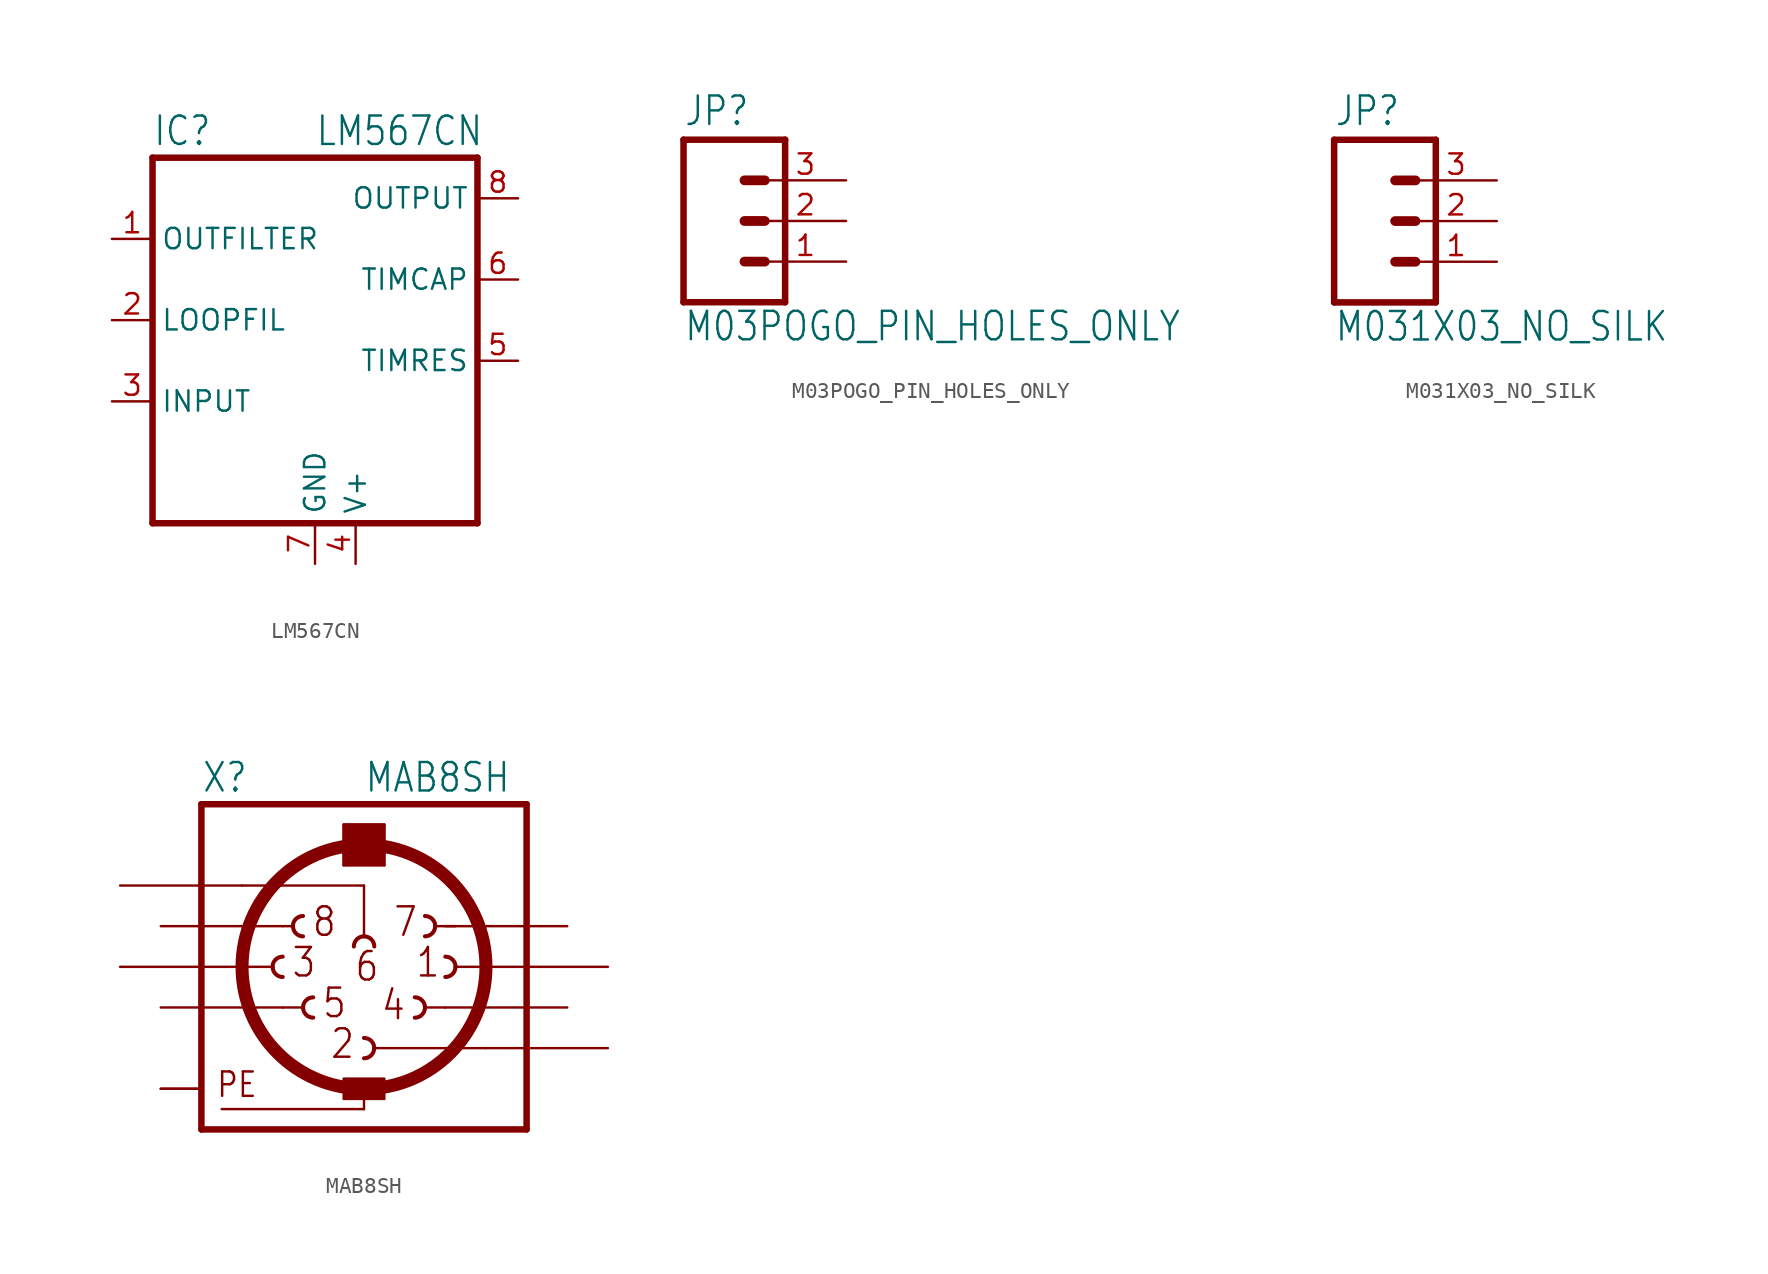
<source format=kicad_sym>
(kicad_symbol_lib
  (version 20211014)
  (generator kicad_symbol_editor)
  (symbol "LM567CN"
    (property "Reference" "IC"
      (at -10.16 15.875 0)
      (effects (font (size 1.778 1.511)) (justify left bottom)))
    (property "Value" "LM567CN"
      (at 0 15.875 0)
      (effects (font (size 1.778 1.511)) (justify left bottom)))
    (property "ki_locked" ""
      (at 0 0 0)
      (effects (font (size 1.27 1.27))))
    (symbol "LM567CN_1_0"
      (polyline (pts (xy -10.16 -7.62) (xy 10.16 -7.62)) (stroke (width 0.406) (type default) (color 0 0 0 0)) (fill (type none)))
      (polyline (pts (xy -10.16 15.24) (xy -10.16 -7.62)) (stroke (width 0.406) (type default) (color 0 0 0 0)) (fill (type none)))
      (polyline (pts (xy 10.16 -7.62) (xy 10.16 15.24)) (stroke (width 0.406) (type default) (color 0 0 0 0)) (fill (type none)))
      (polyline (pts (xy 10.16 15.24) (xy -10.16 15.24)) (stroke (width 0.406) (type default) (color 0 0 0 0)) (fill (type none)))
      (pin output line (at -12.7 10.16 0) (length 2.54) (name "OUTFILTER" (effects (font (size 1.27 1.27)))) (number "1" (effects (font (size 1.27 1.27)))))
      (pin passive line (at -12.7 5.08 0) (length 2.54) (name "LOOPFIL" (effects (font (size 1.27 1.27)))) (number "2" (effects (font (size 1.27 1.27)))))
      (pin input line (at -12.7 0 0) (length 2.54) (name "INPUT" (effects (font (size 1.27 1.27)))) (number "3" (effects (font (size 1.27 1.27)))))
      (pin power_in line (at 2.54 -10.16 90) (length 2.54) (name "V+" (effects (font (size 1.27 1.27)))) (number "4" (effects (font (size 1.27 1.27)))))
      (pin passive line (at 12.7 2.54 180) (length 2.54) (name "TIMRES" (effects (font (size 1.27 1.27)))) (number "5" (effects (font (size 1.27 1.27)))))
      (pin passive line (at 12.7 7.62 180) (length 2.54) (name "TIMCAP" (effects (font (size 1.27 1.27)))) (number "6" (effects (font (size 1.27 1.27)))))
      (pin power_in line (at 0 -10.16 90) (length 2.54) (name "GND" (effects (font (size 1.27 1.27)))) (number "7" (effects (font (size 1.27 1.27)))))
      (pin output line (at 12.7 12.7 180) (length 2.54) (name "OUTPUT" (effects (font (size 1.27 1.27)))) (number "8" (effects (font (size 1.27 1.27)))))))
  (symbol "M03POGO_PIN_HOLES_ONLY"
    (property "Reference" "JP"
      (at -2.54 5.842 0)
      (effects (font (size 1.778 1.511)) (justify left bottom)))
    (property "Value" "M03POGO_PIN_HOLES_ONLY"
      (at -2.54 -7.62 0)
      (effects (font (size 1.778 1.511)) (justify left bottom)))
    (property "ki_locked" ""
      (at 0 0 0)
      (effects (font (size 1.27 1.27))))
    (symbol "M03POGO_PIN_HOLES_ONLY_1_0"
      (polyline (pts (xy -2.54 5.08) (xy -2.54 -5.08)) (stroke (width 0.406) (type default) (color 0 0 0 0)) (fill (type none)))
      (polyline (pts (xy -2.54 5.08) (xy 3.81 5.08)) (stroke (width 0.406) (type default) (color 0 0 0 0)) (fill (type none)))
      (polyline (pts (xy 1.27 -2.54) (xy 2.54 -2.54)) (stroke (width 0.61) (type default) (color 0 0 0 0)) (fill (type none)))
      (polyline (pts (xy 1.27 0) (xy 2.54 0)) (stroke (width 0.61) (type default) (color 0 0 0 0)) (fill (type none)))
      (polyline (pts (xy 1.27 2.54) (xy 2.54 2.54)) (stroke (width 0.61) (type default) (color 0 0 0 0)) (fill (type none)))
      (polyline (pts (xy 3.81 -5.08) (xy -2.54 -5.08)) (stroke (width 0.406) (type default) (color 0 0 0 0)) (fill (type none)))
      (polyline (pts (xy 3.81 -5.08) (xy 3.81 5.08)) (stroke (width 0.406) (type default) (color 0 0 0 0)) (fill (type none)))
      (pin passive line (at 7.62 -2.54 180) (length 5.08) (name "1" (effects (font (size 0 0)))) (number "1" (effects (font (size 1.27 1.27)))))
      (pin passive line (at 7.62 0 180) (length 5.08) (name "2" (effects (font (size 0 0)))) (number "2" (effects (font (size 1.27 1.27)))))
      (pin passive line (at 7.62 2.54 180) (length 5.08) (name "3" (effects (font (size 0 0)))) (number "3" (effects (font (size 1.27 1.27)))))))
  (symbol "M031X03_NO_SILK"
    (property "Reference" "JP"
      (at -2.54 5.842 0)
      (effects (font (size 1.778 1.511)) (justify left bottom)))
    (property "Value" "M031X03_NO_SILK"
      (at -2.54 -7.62 0)
      (effects (font (size 1.778 1.511)) (justify left bottom)))
    (property "ki_locked" ""
      (at 0 0 0)
      (effects (font (size 1.27 1.27))))
    (symbol "M031X03_NO_SILK_1_0"
      (polyline (pts (xy -2.54 5.08) (xy -2.54 -5.08)) (stroke (width 0.406) (type default) (color 0 0 0 0)) (fill (type none)))
      (polyline (pts (xy -2.54 5.08) (xy 3.81 5.08)) (stroke (width 0.406) (type default) (color 0 0 0 0)) (fill (type none)))
      (polyline (pts (xy 1.27 -2.54) (xy 2.54 -2.54)) (stroke (width 0.61) (type default) (color 0 0 0 0)) (fill (type none)))
      (polyline (pts (xy 1.27 0) (xy 2.54 0)) (stroke (width 0.61) (type default) (color 0 0 0 0)) (fill (type none)))
      (polyline (pts (xy 1.27 2.54) (xy 2.54 2.54)) (stroke (width 0.61) (type default) (color 0 0 0 0)) (fill (type none)))
      (polyline (pts (xy 3.81 -5.08) (xy -2.54 -5.08)) (stroke (width 0.406) (type default) (color 0 0 0 0)) (fill (type none)))
      (polyline (pts (xy 3.81 -5.08) (xy 3.81 5.08)) (stroke (width 0.406) (type default) (color 0 0 0 0)) (fill (type none)))
      (pin passive line (at 7.62 -2.54 180) (length 5.08) (name "1" (effects (font (size 0 0)))) (number "1" (effects (font (size 1.27 1.27)))))
      (pin passive line (at 7.62 0 180) (length 5.08) (name "2" (effects (font (size 0 0)))) (number "2" (effects (font (size 1.27 1.27)))))
      (pin passive line (at 7.62 2.54 180) (length 5.08) (name "3" (effects (font (size 0 0)))) (number "3" (effects (font (size 1.27 1.27)))))))
  (symbol "MAB8SH"
    (property "Reference" "X"
      (at -10.16 10.795 0)
      (effects (font (size 1.778 1.511)) (justify left bottom)))
    (property "Value" "MAB8SH"
      (at 0 10.795 0)
      (effects (font (size 1.778 1.511)) (justify left bottom)))
    (property "ki_locked" ""
      (at 0 0 0)
      (effects (font (size 1.27 1.27))))
    (symbol "MAB8SH_1_0"
      (arc (start -5.715 0) (mid -5.529 -0.449) (end -5.08 -0.635) (stroke (width 0.254) (type default) (color 0 0 0 0)) (fill (type none)))
      (arc (start -5.08 0.635) (mid -5.529 0.449) (end -5.715 0) (stroke (width 0.254) (type default) (color 0 0 0 0)) (fill (type none)))
      (arc (start -4.445 2.54) (mid -4.259 2.091) (end -3.81 1.905) (stroke (width 0.254) (type default) (color 0 0 0 0)) (fill (type none)))
      (arc (start -3.81 -2.54) (mid -3.624 -2.989) (end -3.175 -3.175) (stroke (width 0.254) (type default) (color 0 0 0 0)) (fill (type none)))
      (arc (start -3.81 3.175) (mid -4.259 2.989) (end -4.445 2.54) (stroke (width 0.254) (type default) (color 0 0 0 0)) (fill (type none)))
      (arc (start -3.175 -1.905) (mid -3.624 -2.091) (end -3.81 -2.54) (stroke (width 0.254) (type default) (color 0 0 0 0)) (fill (type none)))
      (rectangle (start -1.27 -8.255) (end 1.27 -6.985) (stroke (width 0) (type default) (color 0 0 0 0)) (fill (type outline)))
      (rectangle (start -1.27 6.35) (end 1.27 8.89) (stroke (width 0) (type default) (color 0 0 0 0)) (fill (type outline)))
      (arc (start 0 -5.715) (mid 0.449 -5.529) (end 0.635 -5.08) (stroke (width 0.254) (type default) (color 0 0 0 0)) (fill (type none)))
      (polyline (pts (xy -10.16 -10.16) (xy -10.16 10.16)) (stroke (width 0.406) (type default) (color 0 0 0 0)) (fill (type none)))
      (polyline (pts (xy -10.16 -10.16) (xy 10.16 -10.16)) (stroke (width 0.406) (type default) (color 0 0 0 0)) (fill (type none)))
      (polyline (pts (xy -7.62 0) (xy -5.715 0)) (stroke (width 0.152) (type default) (color 0 0 0 0)) (fill (type none)))
      (polyline (pts (xy -5.08 -2.54) (xy -3.81 -2.54)) (stroke (width 0.152) (type default) (color 0 0 0 0)) (fill (type none)))
      (polyline (pts (xy -5.08 2.54) (xy -4.445 2.54)) (stroke (width 0.152) (type default) (color 0 0 0 0)) (fill (type none)))
      (polyline (pts (xy -1.27 6.35) (xy -1.27 8.89)) (stroke (width 0.152) (type default) (color 0 0 0 0)) (fill (type none)))
      (polyline (pts (xy -1.27 6.35) (xy 1.27 6.35)) (stroke (width 0.152) (type default) (color 0 0 0 0)) (fill (type none)))
      (polyline (pts (xy -1.27 8.89) (xy 1.27 8.89)) (stroke (width 0.152) (type default) (color 0 0 0 0)) (fill (type none)))
      (polyline (pts (xy 0 -8.89) (xy -8.89 -8.89)) (stroke (width 0.152) (type default) (color 0 0 0 0)) (fill (type none)))
      (polyline (pts (xy 0 -8.89) (xy 0 -7.62)) (stroke (width 0.152) (type default) (color 0 0 0 0)) (fill (type none)))
      (polyline (pts (xy 0 1.905) (xy 0 5.08)) (stroke (width 0.152) (type default) (color 0 0 0 0)) (fill (type none)))
      (polyline (pts (xy 0 5.08) (xy -7.62 5.08)) (stroke (width 0.152) (type default) (color 0 0 0 0)) (fill (type none)))
      (polyline (pts (xy 0.635 -5.08) (xy 7.62 -5.08)) (stroke (width 0.152) (type default) (color 0 0 0 0)) (fill (type none)))
      (polyline (pts (xy 1.27 8.89) (xy 1.27 6.35)) (stroke (width 0.152) (type default) (color 0 0 0 0)) (fill (type none)))
      (polyline (pts (xy 3.81 -2.54) (xy 5.08 -2.54)) (stroke (width 0.152) (type default) (color 0 0 0 0)) (fill (type none)))
      (polyline (pts (xy 4.445 2.54) (xy 5.715 2.54)) (stroke (width 0.152) (type default) (color 0 0 0 0)) (fill (type none)))
      (polyline (pts (xy 5.715 0) (xy 7.62 0)) (stroke (width 0.152) (type default) (color 0 0 0 0)) (fill (type none)))
      (polyline (pts (xy 10.16 10.16) (xy -10.16 10.16)) (stroke (width 0.406) (type default) (color 0 0 0 0)) (fill (type none)))
      (polyline (pts (xy 10.16 10.16) (xy 10.16 -10.16)) (stroke (width 0.406) (type default) (color 0 0 0 0)) (fill (type none)))
      (circle (center 0 0) (radius 7.62) (stroke (width 0.813) (type default) (color 0 0 0 0)) (fill (type none)))
      (arc (start 0 1.905) (mid -0.449 1.719) (end -0.635 1.27) (stroke (width 0.254) (type default) (color 0 0 0 0)) (fill (type none)))
      (arc (start 0.635 -5.08) (mid 0.449 -4.631) (end 0 -4.445) (stroke (width 0.254) (type default) (color 0 0 0 0)) (fill (type none)))
      (arc (start 0.635 1.27) (mid 0.449 1.719) (end 0 1.905) (stroke (width 0.254) (type default) (color 0 0 0 0)) (fill (type none)))
      (arc (start 3.175 -3.175) (mid 3.624 -2.989) (end 3.81 -2.54) (stroke (width 0.254) (type default) (color 0 0 0 0)) (fill (type none)))
      (arc (start 3.81 -2.54) (mid 3.624 -2.091) (end 3.175 -1.905) (stroke (width 0.254) (type default) (color 0 0 0 0)) (fill (type none)))
      (arc (start 3.81 1.905) (mid 4.259 2.091) (end 4.445 2.54) (stroke (width 0.254) (type default) (color 0 0 0 0)) (fill (type none)))
      (arc (start 4.445 2.54) (mid 4.259 2.989) (end 3.81 3.175) (stroke (width 0.254) (type default) (color 0 0 0 0)) (fill (type none)))
      (arc (start 5.08 -0.635) (mid 5.529 -0.449) (end 5.715 0) (stroke (width 0.254) (type default) (color 0 0 0 0)) (fill (type none)))
      (arc (start 5.715 0) (mid 5.529 0.449) (end 5.08 0.635) (stroke (width 0.254) (type default) (color 0 0 0 0)) (fill (type none)))
      (text "1" (at 3.175 -0.762 0) (effects (font (size 1.778 1.511)) (justify left bottom)))
      (text "2" (at -2.159 -5.842 0) (effects (font (size 1.778 1.511)) (justify left bottom)))
      (text "3" (at -4.572 -0.762 0) (effects (font (size 1.778 1.511)) (justify left bottom)))
      (text "4" (at 1.016 -3.429 0) (effects (font (size 1.778 1.511)) (justify left bottom)))
      (text "5" (at -2.667 -3.302 0) (effects (font (size 1.778 1.511)) (justify left bottom)))
      (text "6" (at -0.635 -1.016 0) (effects (font (size 1.778 1.511)) (justify left bottom)))
      (text "7" (at 1.778 1.778 0) (effects (font (size 1.778 1.511)) (justify left bottom)))
      (text "8" (at -3.302 1.778 0) (effects (font (size 1.778 1.511)) (justify left bottom)))
      (text "PE" (at -9.271 -8.255 0) (effects (font (size 1.524 1.295)) (justify left bottom)))
      (pin passive line (at 15.24 0 180) (length 7.62) (name "1" (effects (font (size 0 0)))) (number "1" (effects (font (size 0 0)))))
      (pin passive line (at 15.24 -5.08 180) (length 7.62) (name "2" (effects (font (size 0 0)))) (number "2" (effects (font (size 0 0)))))
      (pin passive line (at -15.24 0 0) (length 7.62) (name "3" (effects (font (size 0 0)))) (number "3" (effects (font (size 0 0)))))
      (pin passive line (at 12.7 -2.54 180) (length 7.62) (name "4" (effects (font (size 0 0)))) (number "4" (effects (font (size 0 0)))))
      (pin passive line (at -12.7 -2.54 0) (length 7.62) (name "5" (effects (font (size 0 0)))) (number "5" (effects (font (size 0 0)))))
      (pin passive line (at -15.24 5.08 0) (length 7.62) (name "6" (effects (font (size 0 0)))) (number "6" (effects (font (size 0 0)))))
      (pin passive line (at 12.7 2.54 180) (length 7.62) (name "7" (effects (font (size 0 0)))) (number "7" (effects (font (size 0 0)))))
      (pin passive line (at -12.7 2.54 0) (length 7.62) (name "8" (effects (font (size 0 0)))) (number "8" (effects (font (size 0 0)))))
      (pin power_in line (at -12.7 -7.62 0) (length 2.54) (name "PE" (effects (font (size 0 0)))) (number "PE" (effects (font (size 0 0)))))
      (pin power_in line (at -12.7 -7.62 0) (length 2.54) (name "PE" (effects (font (size 0 0)))) (number "PE@" (effects (font (size 0 0))))))))
</source>
